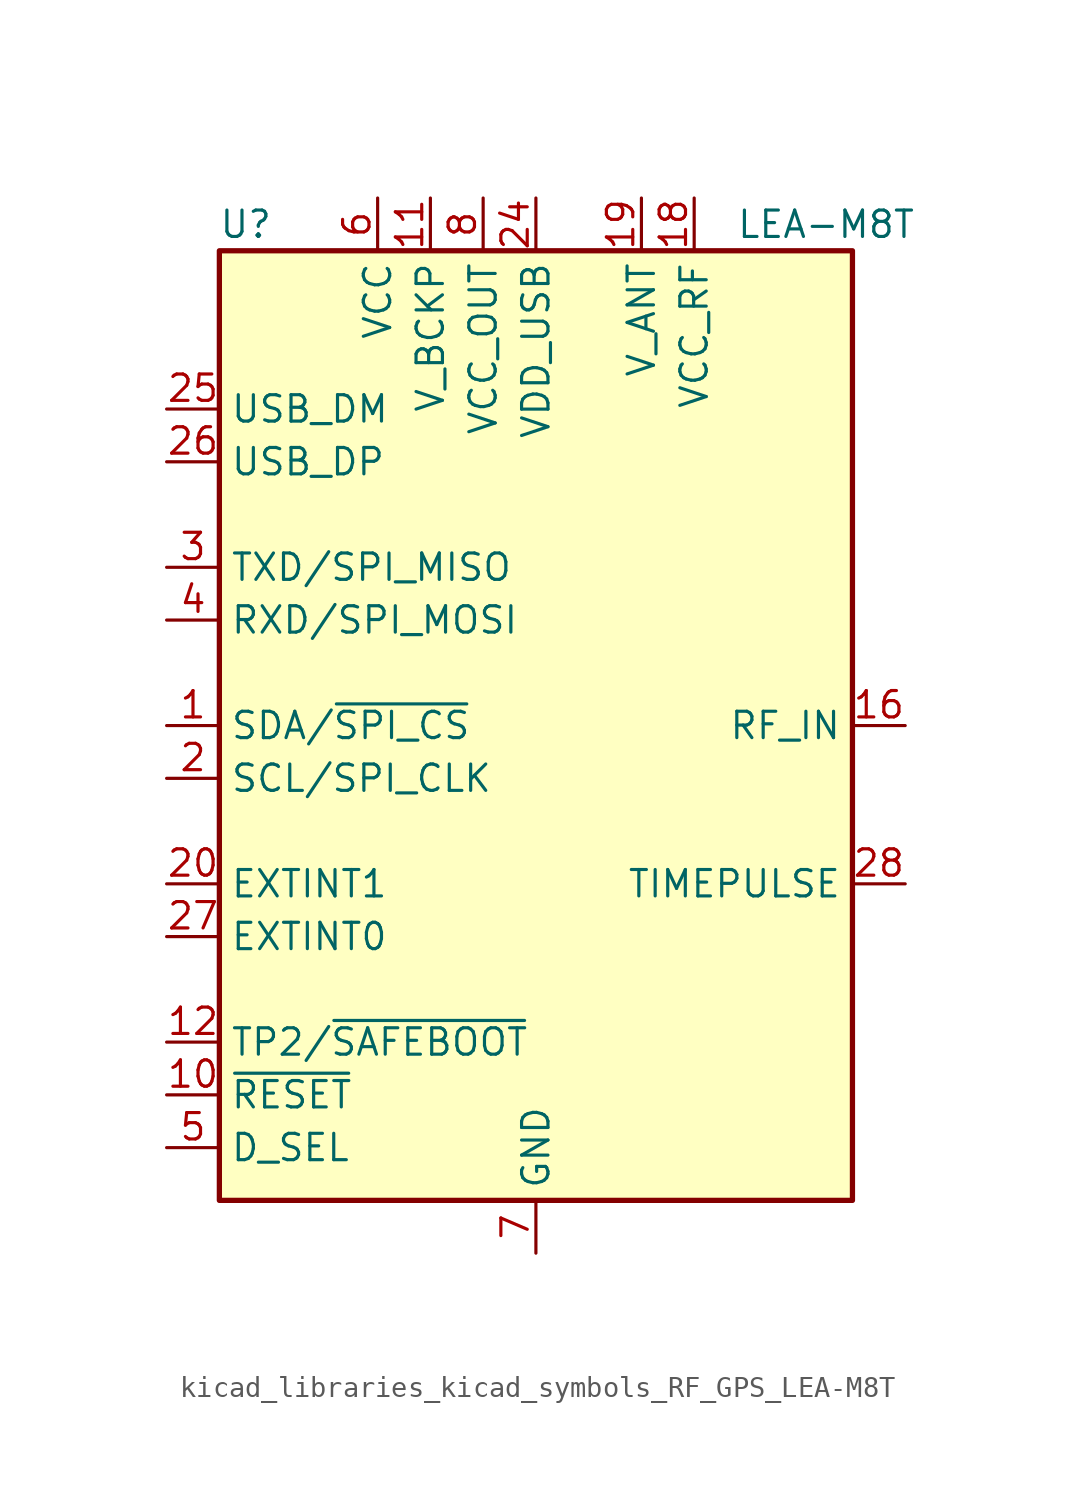
<source format=kicad_sym>
(kicad_symbol_lib
  (version 20220914)
  (generator kicad_symbol_editor)
  (symbol "kicad_libraries_kicad_symbols_RF_GPS_LEA-M8T"
    (property "Reference" "U"
      (at -13.97 24.13 0)
      (effects (font (size 1.27 1.27))))
    (property "Value" "LEA-M8T"
      (at 13.97 24.13 0)
      (effects (font (size 1.27 1.27))))
    (symbol "kicad_libraries_kicad_symbols_RF_GPS_LEA-M8T_0_1"
      (rectangle (start -15.24 22.86) (end 15.24 -22.86) (stroke (width 0.254) (type default)) (fill (type background))))
    (symbol "kicad_libraries_kicad_symbols_RF_GPS_LEA-M8T_1_1"
      (pin bidirectional line (at -17.78 0 0) (length 2.54) (name "SDA/~{SPI_CS}" (effects (font (size 1.27 1.27)))) (number "1" (effects (font (size 1.27 1.27)))))
      (pin input line (at -17.78 -17.78 0) (length 2.54) (name "~{RESET}" (effects (font (size 1.27 1.27)))) (number "10" (effects (font (size 1.27 1.27)))))
      (pin power_in line (at -5.08 25.4 270) (length 2.54) (name "V_BCKP" (effects (font (size 1.27 1.27)))) (number "11" (effects (font (size 1.27 1.27)))))
      (pin bidirectional line (at -17.78 -15.24 0) (length 2.54) (name "TP2/~{SAFEBOOT}" (effects (font (size 1.27 1.27)))) (number "12" (effects (font (size 1.27 1.27)))))
      (pin passive line (at 0 -25.4 90) (length 2.54) hide (name "GND" (effects (font (size 1.27 1.27)))) (number "13" (effects (font (size 1.27 1.27)))))
      (pin passive line (at 0 -25.4 90) (length 2.54) hide (name "GND" (effects (font (size 1.27 1.27)))) (number "14" (effects (font (size 1.27 1.27)))))
      (pin passive line (at 0 -25.4 90) (length 2.54) hide (name "GND" (effects (font (size 1.27 1.27)))) (number "15" (effects (font (size 1.27 1.27)))))
      (pin input line (at 17.78 0 180) (length 2.54) (name "RF_IN" (effects (font (size 1.27 1.27)))) (number "16" (effects (font (size 1.27 1.27)))))
      (pin passive line (at 0 -25.4 90) (length 2.54) hide (name "GND" (effects (font (size 1.27 1.27)))) (number "17" (effects (font (size 1.27 1.27)))))
      (pin power_out line (at 7.62 25.4 270) (length 2.54) (name "VCC_RF" (effects (font (size 1.27 1.27)))) (number "18" (effects (font (size 1.27 1.27)))))
      (pin power_in line (at 5.08 25.4 270) (length 2.54) (name "V_ANT" (effects (font (size 1.27 1.27)))) (number "19" (effects (font (size 1.27 1.27)))))
      (pin input line (at -17.78 -2.54 0) (length 2.54) (name "SCL/SPI_CLK" (effects (font (size 1.27 1.27)))) (number "2" (effects (font (size 1.27 1.27)))))
      (pin input line (at -17.78 -7.62 0) (length 2.54) (name "EXTINT1" (effects (font (size 1.27 1.27)))) (number "20" (effects (font (size 1.27 1.27)))))
      (pin no_connect line (at 15.24 7.62 180) (length 2.54) hide (name "RESERVED" (effects (font (size 1.27 1.27)))) (number "21" (effects (font (size 1.27 1.27)))))
      (pin no_connect line (at 15.24 5.08 180) (length 2.54) hide (name "RESERVED" (effects (font (size 1.27 1.27)))) (number "22" (effects (font (size 1.27 1.27)))))
      (pin no_connect line (at 15.24 2.54 180) (length 2.54) hide (name "RESERVED" (effects (font (size 1.27 1.27)))) (number "23" (effects (font (size 1.27 1.27)))))
      (pin power_in line (at 0 25.4 270) (length 2.54) (name "VDD_USB" (effects (font (size 1.27 1.27)))) (number "24" (effects (font (size 1.27 1.27)))))
      (pin bidirectional line (at -17.78 15.24 0) (length 2.54) (name "USB_DM" (effects (font (size 1.27 1.27)))) (number "25" (effects (font (size 1.27 1.27)))))
      (pin bidirectional line (at -17.78 12.7 0) (length 2.54) (name "USB_DP" (effects (font (size 1.27 1.27)))) (number "26" (effects (font (size 1.27 1.27)))))
      (pin input line (at -17.78 -10.16 0) (length 2.54) (name "EXTINT0" (effects (font (size 1.27 1.27)))) (number "27" (effects (font (size 1.27 1.27)))))
      (pin output line (at 17.78 -7.62 180) (length 2.54) (name "TIMEPULSE" (effects (font (size 1.27 1.27)))) (number "28" (effects (font (size 1.27 1.27)))))
      (pin output line (at -17.78 7.62 0) (length 2.54) (name "TXD/SPI_MISO" (effects (font (size 1.27 1.27)))) (number "3" (effects (font (size 1.27 1.27)))))
      (pin input line (at -17.78 5.08 0) (length 2.54) (name "RXD/SPI_MOSI" (effects (font (size 1.27 1.27)))) (number "4" (effects (font (size 1.27 1.27)))))
      (pin input line (at -17.78 -20.32 0) (length 2.54) (name "D_SEL" (effects (font (size 1.27 1.27)))) (number "5" (effects (font (size 1.27 1.27)))))
      (pin power_in line (at -7.62 25.4 270) (length 2.54) (name "VCC" (effects (font (size 1.27 1.27)))) (number "6" (effects (font (size 1.27 1.27)))))
      (pin power_in line (at 0 -25.4 90) (length 2.54) (name "GND" (effects (font (size 1.27 1.27)))) (number "7" (effects (font (size 1.27 1.27)))))
      (pin power_out line (at -2.54 25.4 270) (length 2.54) (name "VCC_OUT" (effects (font (size 1.27 1.27)))) (number "8" (effects (font (size 1.27 1.27)))))
      (pin no_connect line (at 15.24 10.16 180) (length 2.54) hide (name "RESERVED" (effects (font (size 1.27 1.27)))) (number "9" (effects (font (size 1.27 1.27))))))))
</source>
